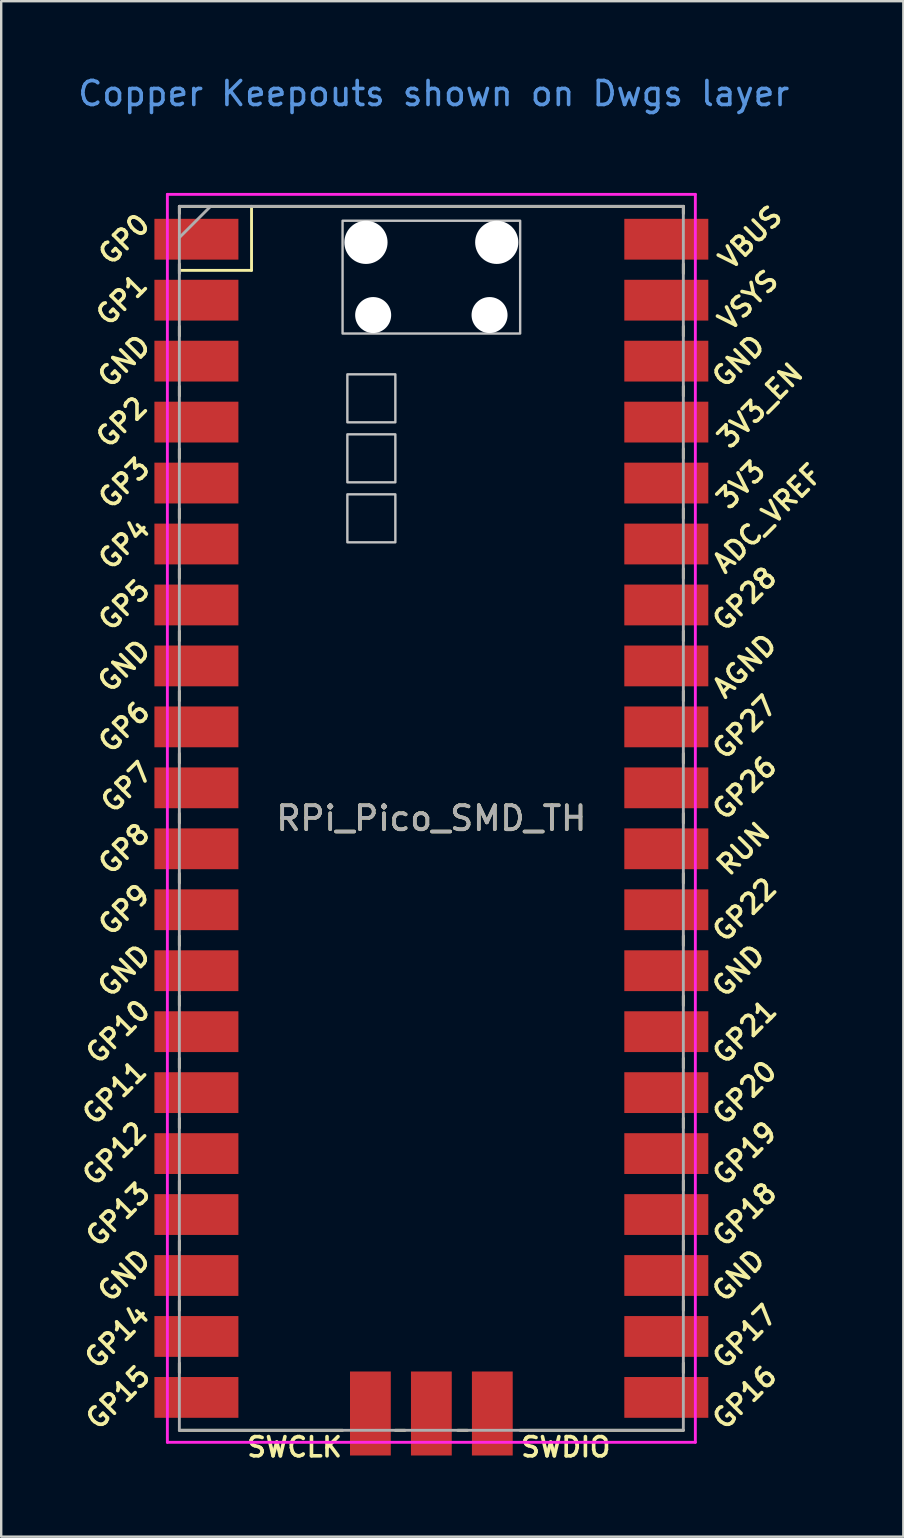
<source format=kicad_pcb>
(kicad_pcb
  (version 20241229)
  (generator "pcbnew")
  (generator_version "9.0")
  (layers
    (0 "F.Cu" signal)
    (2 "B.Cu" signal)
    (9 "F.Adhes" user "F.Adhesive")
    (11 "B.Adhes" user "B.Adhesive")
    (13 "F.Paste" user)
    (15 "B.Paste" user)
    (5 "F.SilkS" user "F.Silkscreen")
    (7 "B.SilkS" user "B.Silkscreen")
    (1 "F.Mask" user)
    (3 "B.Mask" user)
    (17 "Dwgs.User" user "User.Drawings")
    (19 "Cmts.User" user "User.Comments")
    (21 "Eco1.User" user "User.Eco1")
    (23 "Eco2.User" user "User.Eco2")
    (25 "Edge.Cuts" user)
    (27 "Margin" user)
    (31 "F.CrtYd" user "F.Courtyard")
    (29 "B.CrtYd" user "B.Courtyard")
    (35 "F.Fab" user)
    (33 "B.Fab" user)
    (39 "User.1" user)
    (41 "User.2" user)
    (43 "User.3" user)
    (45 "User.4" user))
  (footprint "RPi_Pico_SMD_TH"
    (layer "F.Cu")
    (at 14.924 31.048)
    (property "Reference" "RPi_Pico_SMD_TH" (at 0 0 0) (layer "F.SilkS") (effects (font (size 1 1) (thickness 0.15))))
    (attr through_hole)
    (fp_line (start -10.5 -25.5) (end -10.5 -25.2) (stroke (width 0.12) (type solid)) (layer "F.SilkS"))
    (fp_line (start -10.5 -25.5) (end 10.5 -25.5) (stroke (width 0.12) (type solid)) (layer "F.SilkS"))
    (fp_line (start -10.5 -23.1) (end -10.5 -22.7) (stroke (width 0.12) (type solid)) (layer "F.SilkS"))
    (fp_line (start -10.5 -22.833) (end -7.493 -22.833) (stroke (width 0.12) (type solid)) (layer "F.SilkS"))
    (fp_line (start -10.5 -20.5) (end -10.5 -20.1) (stroke (width 0.12) (type solid)) (layer "F.SilkS"))
    (fp_line (start -10.5 -18) (end -10.5 -17.6) (stroke (width 0.12) (type solid)) (layer "F.SilkS"))
    (fp_line (start -10.5 -15.4) (end -10.5 -15) (stroke (width 0.12) (type solid)) (layer "F.SilkS"))
    (fp_line (start -10.5 -12.9) (end -10.5 -12.5) (stroke (width 0.12) (type solid)) (layer "F.SilkS"))
    (fp_line (start -10.5 -10.4) (end -10.5 -10) (stroke (width 0.12) (type solid)) (layer "F.SilkS"))
    (fp_line (start -10.5 -7.8) (end -10.5 -7.4) (stroke (width 0.12) (type solid)) (layer "F.SilkS"))
    (fp_line (start -10.5 -5.3) (end -10.5 -4.9) (stroke (width 0.12) (type solid)) (layer "F.SilkS"))
    (fp_line (start -10.5 -2.7) (end -10.5 -2.3) (stroke (width 0.12) (type solid)) (layer "F.SilkS"))
    (fp_line (start -10.5 -0.2) (end -10.5 0.2) (stroke (width 0.12) (type solid)) (layer "F.SilkS"))
    (fp_line (start -10.5 2.3) (end -10.5 2.7) (stroke (width 0.12) (type solid)) (layer "F.SilkS"))
    (fp_line (start -10.5 4.9) (end -10.5 5.3) (stroke (width 0.12) (type solid)) (layer "F.SilkS"))
    (fp_line (start -10.5 7.4) (end -10.5 7.8) (stroke (width 0.12) (type solid)) (layer "F.SilkS"))
    (fp_line (start -10.5 10) (end -10.5 10.4) (stroke (width 0.12) (type solid)) (layer "F.SilkS"))
    (fp_line (start -10.5 12.5) (end -10.5 12.9) (stroke (width 0.12) (type solid)) (layer "F.SilkS"))
    (fp_line (start -10.5 15.1) (end -10.5 15.5) (stroke (width 0.12) (type solid)) (layer "F.SilkS"))
    (fp_line (start -10.5 17.6) (end -10.5 18) (stroke (width 0.12) (type solid)) (layer "F.SilkS"))
    (fp_line (start -10.5 20.1) (end -10.5 20.5) (stroke (width 0.12) (type solid)) (layer "F.SilkS"))
    (fp_line (start -10.5 22.7) (end -10.5 23.1) (stroke (width 0.12) (type solid)) (layer "F.SilkS"))
    (fp_line (start -7.493 -22.833) (end -7.493 -25.5) (stroke (width 0.12) (type solid)) (layer "F.SilkS"))
    (fp_line (start -3.7 25.5) (end -10.5 25.5) (stroke (width 0.12) (type solid)) (layer "F.SilkS"))
    (fp_line (start -1.5 25.5) (end -1.1 25.5) (stroke (width 0.12) (type solid)) (layer "F.SilkS"))
    (fp_line (start 1.1 25.5) (end 1.5 25.5) (stroke (width 0.12) (type solid)) (layer "F.SilkS"))
    (fp_line (start 10.5 -25.5) (end 10.5 -25.2) (stroke (width 0.12) (type solid)) (layer "F.SilkS"))
    (fp_line (start 10.5 -23.1) (end 10.5 -22.7) (stroke (width 0.12) (type solid)) (layer "F.SilkS"))
    (fp_line (start 10.5 -20.5) (end 10.5 -20.1) (stroke (width 0.12) (type solid)) (layer "F.SilkS"))
    (fp_line (start 10.5 -18) (end 10.5 -17.6) (stroke (width 0.12) (type solid)) (layer "F.SilkS"))
    (fp_line (start 10.5 -15.4) (end 10.5 -15) (stroke (width 0.12) (type solid)) (layer "F.SilkS"))
    (fp_line (start 10.5 -12.9) (end 10.5 -12.5) (stroke (width 0.12) (type solid)) (layer "F.SilkS"))
    (fp_line (start 10.5 -10.4) (end 10.5 -10) (stroke (width 0.12) (type solid)) (layer "F.SilkS"))
    (fp_line (start 10.5 -7.8) (end 10.5 -7.4) (stroke (width 0.12) (type solid)) (layer "F.SilkS"))
    (fp_line (start 10.5 -5.3) (end 10.5 -4.9) (stroke (width 0.12) (type solid)) (layer "F.SilkS"))
    (fp_line (start 10.5 -2.7) (end 10.5 -2.3) (stroke (width 0.12) (type solid)) (layer "F.SilkS"))
    (fp_line (start 10.5 -0.2) (end 10.5 0.2) (stroke (width 0.12) (type solid)) (layer "F.SilkS"))
    (fp_line (start 10.5 2.3) (end 10.5 2.7) (stroke (width 0.12) (type solid)) (layer "F.SilkS"))
    (fp_line (start 10.5 4.9) (end 10.5 5.3) (stroke (width 0.12) (type solid)) (layer "F.SilkS"))
    (fp_line (start 10.5 7.4) (end 10.5 7.8) (stroke (width 0.12) (type solid)) (layer "F.SilkS"))
    (fp_line (start 10.5 10) (end 10.5 10.4) (stroke (width 0.12) (type solid)) (layer "F.SilkS"))
    (fp_line (start 10.5 12.5) (end 10.5 12.9) (stroke (width 0.12) (type solid)) (layer "F.SilkS"))
    (fp_line (start 10.5 15.1) (end 10.5 15.5) (stroke (width 0.12) (type solid)) (layer "F.SilkS"))
    (fp_line (start 10.5 17.6) (end 10.5 18) (stroke (width 0.12) (type solid)) (layer "F.SilkS"))
    (fp_line (start 10.5 20.1) (end 10.5 20.5) (stroke (width 0.12) (type solid)) (layer "F.SilkS"))
    (fp_line (start 10.5 22.7) (end 10.5 23.1) (stroke (width 0.12) (type solid)) (layer "F.SilkS"))
    (fp_line (start 10.5 25.5) (end 3.7 25.5) (stroke (width 0.12) (type solid)) (layer "F.SilkS"))
    (fp_poly (pts (xy -1.5 -16.5) (xy -3.5 -16.5) (xy -3.5 -18.5) (xy -1.5 -18.5)) (stroke (width 0.1) (type solid)) (fill no) (layer "Dwgs.User"))
    (fp_poly (pts (xy -1.5 -14) (xy -3.5 -14) (xy -3.5 -16) (xy -1.5 -16)) (stroke (width 0.1) (type solid)) (fill no) (layer "Dwgs.User"))
    (fp_poly (pts (xy -1.5 -11.5) (xy -3.5 -11.5) (xy -3.5 -13.5) (xy -1.5 -13.5)) (stroke (width 0.1) (type solid)) (fill no) (layer "Dwgs.User"))
    (fp_poly (pts (xy 3.7 -20.2) (xy -3.7 -20.2) (xy -3.7 -24.9) (xy 3.7 -24.9)) (stroke (width 0.1) (type solid)) (fill no) (layer "Dwgs.User"))
    (fp_line (start -11 -26) (end 11 -26) (stroke (width 0.12) (type solid)) (layer "F.CrtYd"))
    (fp_line (start -11 26) (end -11 -26) (stroke (width 0.12) (type solid)) (layer "F.CrtYd"))
    (fp_line (start 11 -26) (end 11 26) (stroke (width 0.12) (type solid)) (layer "F.CrtYd"))
    (fp_line (start 11 26) (end -11 26) (stroke (width 0.12) (type solid)) (layer "F.CrtYd"))
    (fp_line (start -10.5 -25.5) (end 10.5 -25.5) (stroke (width 0.12) (type solid)) (layer "F.Fab"))
    (fp_line (start -10.5 -24.2) (end -9.2 -25.5) (stroke (width 0.12) (type solid)) (layer "F.Fab"))
    (fp_line (start -10.5 25.5) (end -10.5 -25.5) (stroke (width 0.12) (type solid)) (layer "F.Fab"))
    (fp_line (start 10.5 -25.5) (end 10.5 25.5) (stroke (width 0.12) (type solid)) (layer "F.Fab"))
    (fp_line (start 10.5 25.5) (end -10.5 25.5) (stroke (width 0.12) (type solid)) (layer "F.Fab"))
    (fp_text user "GP22" (at 13.054 3.81 45) (layer "F.SilkS") (effects (font (size 0.8 0.8) (thickness 0.15))))
    (fp_text user "ADC_VREF" (at 14 -12.5 45) (layer "F.SilkS") (effects (font (size 0.8 0.8) (thickness 0.15))))
    (fp_text user "AGND" (at 13.054 -6.35 45) (layer "F.SilkS") (effects (font (size 0.8 0.8) (thickness 0.15))))
    (fp_text user "GND" (at 12.8 19.05 45) (layer "F.SilkS") (effects (font (size 0.8 0.8) (thickness 0.15))))
    (fp_text user "GP12" (at -13.2 13.97 45) (layer "F.SilkS") (effects (font (size 0.8 0.8) (thickness 0.15))))
    (fp_text user "GP15" (at -13.054 24.13 45) (layer "F.SilkS") (effects (font (size 0.8 0.8) (thickness 0.15))))
    (fp_text user "GP1" (at -12.9 -21.6 45) (layer "F.SilkS") (effects (font (size 0.8 0.8) (thickness 0.15))))
    (fp_text user "VBUS" (at 13.3 -24.2 45) (layer "F.SilkS") (effects (font (size 0.8 0.8) (thickness 0.15))))
    (fp_text user "GP4" (at -12.8 -11.43 45) (layer "F.SilkS") (effects (font (size 0.8 0.8) (thickness 0.15))))
    (fp_text user "GP17" (at 13.054 21.59 45) (layer "F.SilkS") (effects (font (size 0.8 0.8) (thickness 0.15))))
    (fp_text user "GND" (at -12.8 -19.05 45) (layer "F.SilkS") (effects (font (size 0.8 0.8) (thickness 0.15))))
    (fp_text user "GP19" (at 13.054 13.97 45) (layer "F.SilkS") (effects (font (size 0.8 0.8) (thickness 0.15))))
    (fp_text user "GP26" (at 13.054 -1.27 45) (layer "F.SilkS") (effects (font (size 0.8 0.8) (thickness 0.15))))
    (fp_text user "GND" (at -12.8 6.35 45) (layer "F.SilkS") (effects (font (size 0.8 0.8) (thickness 0.15))))
    (fp_text user "GP3" (at -12.8 -13.97 45) (layer "F.SilkS") (effects (font (size 0.8 0.8) (thickness 0.15))))
    (fp_text user "GP8" (at -12.8 1.27 45) (layer "F.SilkS") (effects (font (size 0.8 0.8) (thickness 0.15))))
    (fp_text user "GND" (at 12.8 6.35 45) (layer "F.SilkS") (effects (font (size 0.8 0.8) (thickness 0.15))))
    (fp_text user "GP2" (at -12.9 -16.51 45) (layer "F.SilkS") (effects (font (size 0.8 0.8) (thickness 0.15))))
    (fp_text user "GP16" (at 13.054 24.13 45) (layer "F.SilkS") (effects (font (size 0.8 0.8) (thickness 0.15))))
    (fp_text user "VSYS" (at 13.2 -21.59 45) (layer "F.SilkS") (effects (font (size 0.8 0.8) (thickness 0.15))))
    (fp_text user "GP14" (at -13.1 21.59 45) (layer "F.SilkS") (effects (font (size 0.8 0.8) (thickness 0.15))))
    (fp_text user "SWDIO" (at 5.6 26.2 0) (layer "F.SilkS") (effects (font (size 0.8 0.8) (thickness 0.15))))
    (fp_text user "GP7" (at -12.7 -1.3 45) (layer "F.SilkS") (effects (font (size 0.8 0.8) (thickness 0.15))))
    (fp_text user "SWCLK" (at -5.7 26.2 0) (layer "F.SilkS") (effects (font (size 0.8 0.8) (thickness 0.15))))
    (fp_text user "GP0" (at -12.8 -24.13 45) (layer "F.SilkS") (effects (font (size 0.8 0.8) (thickness 0.15))))
    (fp_text user "GND" (at -12.8 19.05 45) (layer "F.SilkS") (effects (font (size 0.8 0.8) (thickness 0.15))))
    (fp_text user "GP18" (at 13.054 16.51 45) (layer "F.SilkS") (effects (font (size 0.8 0.8) (thickness 0.15))))
    (fp_text user "GP6" (at -12.8 -3.81 45) (layer "F.SilkS") (effects (font (size 0.8 0.8) (thickness 0.15))))
    (fp_text user "GP5" (at -12.8 -8.89 45) (layer "F.SilkS") (effects (font (size 0.8 0.8) (thickness 0.15))))
    (fp_text user "GP28" (at 13.054 -9.144 45) (layer "F.SilkS") (effects (font (size 0.8 0.8) (thickness 0.15))))
    (fp_text user "GP10" (at -13.054 8.89 45) (layer "F.SilkS") (effects (font (size 0.8 0.8) (thickness 0.15))))
    (fp_text user "3V3_EN" (at 13.7 -17.2 45) (layer "F.SilkS") (effects (font (size 0.8 0.8) (thickness 0.15))))
    (fp_text user "GP27" (at 13.054 -3.8 45) (layer "F.SilkS") (effects (font (size 0.8 0.8) (thickness 0.15))))
    (fp_text user "GND" (at -12.8 -6.35 45) (layer "F.SilkS") (effects (font (size 0.8 0.8) (thickness 0.15))))
    (fp_text user "GP20" (at 13.054 11.43 45) (layer "F.SilkS") (effects (font (size 0.8 0.8) (thickness 0.15))))
    (fp_text user "GP21" (at 13.054 8.9 45) (layer "F.SilkS") (effects (font (size 0.8 0.8) (thickness 0.15))))
    (fp_text user "GP9" (at -12.8 3.81 45) (layer "F.SilkS") (effects (font (size 0.8 0.8) (thickness 0.15))))
    (fp_text user "RUN" (at 13 1.27 45) (layer "F.SilkS") (effects (font (size 0.8 0.8) (thickness 0.15))))
    (fp_text user "GP13" (at -13.054 16.51 45) (layer "F.SilkS") (effects (font (size 0.8 0.8) (thickness 0.15))))
    (fp_text user "GND" (at 12.8 -19.05 45) (layer "F.SilkS") (effects (font (size 0.8 0.8) (thickness 0.15))))
    (fp_text user "GP11" (at -13.2 11.43 45) (layer "F.SilkS") (effects (font (size 0.8 0.8) (thickness 0.15))))
    (fp_text user "3V3" (at 12.9 -13.9 45) (layer "F.SilkS") (effects (font (size 0.8 0.8) (thickness 0.15))))
    (fp_text user "Copper Keepouts shown on Dwgs layer" (at 0.1 -30.2 0) (layer "Cmts.User") (effects (font (size 1 1) (thickness 0.15))))
    (fp_text user "${REFERENCE}" (at 0 0 180) (layer "F.Fab") (effects (font (size 1 1) (thickness 0.15))))
    (pad "" np_thru_hole oval (at -2.725 -24) (size 1.8 1.8) (drill 1.8) (layers "*.Cu" "*.Mask"))
    (pad "" np_thru_hole oval (at -2.425 -20.97) (size 1.5 1.5) (drill 1.5) (layers "*.Cu" "*.Mask"))
    (pad "" np_thru_hole oval (at 2.425 -20.97) (size 1.5 1.5) (drill 1.5) (layers "*.Cu" "*.Mask"))
    (pad "" np_thru_hole oval (at 2.725 -24) (size 1.8 1.8) (drill 1.8) (layers "*.Cu" "*.Mask"))
    (pad "1" smd rect (at -8.89 -24.13) (size 3.5 1.7) (drill (offset -0.9 0)) (layers "F.Cu" "F.Mask"))
    (pad "2" smd rect (at -8.89 -21.59) (size 3.5 1.7) (drill (offset -0.9 0)) (layers "F.Cu" "F.Mask"))
    (pad "3" smd rect (at -8.89 -19.05) (size 3.5 1.7) (drill (offset -0.9 0)) (layers "F.Cu" "F.Mask"))
    (pad "4" smd rect (at -8.89 -16.51) (size 3.5 1.7) (drill (offset -0.9 0)) (layers "F.Cu" "F.Mask"))
    (pad "5" smd rect (at -8.89 -13.97) (size 3.5 1.7) (drill (offset -0.9 0)) (layers "F.Cu" "F.Mask"))
    (pad "6" smd rect (at -8.89 -11.43) (size 3.5 1.7) (drill (offset -0.9 0)) (layers "F.Cu" "F.Mask"))
    (pad "7" smd rect (at -8.89 -8.89) (size 3.5 1.7) (drill (offset -0.9 0)) (layers "F.Cu" "F.Mask"))
    (pad "8" smd rect (at -8.89 -6.35) (size 3.5 1.7) (drill (offset -0.9 0)) (layers "F.Cu" "F.Mask"))
    (pad "9" smd rect (at -8.89 -3.81) (size 3.5 1.7) (drill (offset -0.9 0)) (layers "F.Cu" "F.Mask"))
    (pad "10" smd rect (at -8.89 -1.27) (size 3.5 1.7) (drill (offset -0.9 0)) (layers "F.Cu" "F.Mask"))
    (pad "11" smd rect (at -8.89 1.27) (size 3.5 1.7) (drill (offset -0.9 0)) (layers "F.Cu" "F.Mask"))
    (pad "12" smd rect (at -8.89 3.81) (size 3.5 1.7) (drill (offset -0.9 0)) (layers "F.Cu" "F.Mask"))
    (pad "13" smd rect (at -8.89 6.35) (size 3.5 1.7) (drill (offset -0.9 0)) (layers "F.Cu" "F.Mask"))
    (pad "14" smd rect (at -8.89 8.89) (size 3.5 1.7) (drill (offset -0.9 0)) (layers "F.Cu" "F.Mask"))
    (pad "15" smd rect (at -8.89 11.43) (size 3.5 1.7) (drill (offset -0.9 0)) (layers "F.Cu" "F.Mask"))
    (pad "16" smd rect (at -8.89 13.97) (size 3.5 1.7) (drill (offset -0.9 0)) (layers "F.Cu" "F.Mask"))
    (pad "17" smd rect (at -8.89 16.51) (size 3.5 1.7) (drill (offset -0.9 0)) (layers "F.Cu" "F.Mask"))
    (pad "18" smd rect (at -8.89 19.05) (size 3.5 1.7) (drill (offset -0.9 0)) (layers "F.Cu" "F.Mask"))
    (pad "19" smd rect (at -8.89 21.59) (size 3.5 1.7) (drill (offset -0.9 0)) (layers "F.Cu" "F.Mask"))
    (pad "20" smd rect (at -8.89 24.13) (size 3.5 1.7) (drill (offset -0.9 0)) (layers "F.Cu" "F.Mask"))
    (pad "21" smd rect (at 8.89 24.13) (size 3.5 1.7) (drill (offset 0.9 0)) (layers "F.Cu" "F.Mask"))
    (pad "22" smd rect (at 8.89 21.59) (size 3.5 1.7) (drill (offset 0.9 0)) (layers "F.Cu" "F.Mask"))
    (pad "23" smd rect (at 8.89 19.05) (size 3.5 1.7) (drill (offset 0.9 0)) (layers "F.Cu" "F.Mask"))
    (pad "24" smd rect (at 8.89 16.51) (size 3.5 1.7) (drill (offset 0.9 0)) (layers "F.Cu" "F.Mask"))
    (pad "25" smd rect (at 8.89 13.97) (size 3.5 1.7) (drill (offset 0.9 0)) (layers "F.Cu" "F.Mask"))
    (pad "26" smd rect (at 8.89 11.43) (size 3.5 1.7) (drill (offset 0.9 0)) (layers "F.Cu" "F.Mask"))
    (pad "27" smd rect (at 8.89 8.89) (size 3.5 1.7) (drill (offset 0.9 0)) (layers "F.Cu" "F.Mask"))
    (pad "28" smd rect (at 8.89 6.35) (size 3.5 1.7) (drill (offset 0.9 0)) (layers "F.Cu" "F.Mask"))
    (pad "29" smd rect (at 8.89 3.81) (size 3.5 1.7) (drill (offset 0.9 0)) (layers "F.Cu" "F.Mask"))
    (pad "30" smd rect (at 8.89 1.27) (size 3.5 1.7) (drill (offset 0.9 0)) (layers "F.Cu" "F.Mask"))
    (pad "31" smd rect (at 8.89 -1.27) (size 3.5 1.7) (drill (offset 0.9 0)) (layers "F.Cu" "F.Mask"))
    (pad "32" smd rect (at 8.89 -3.81) (size 3.5 1.7) (drill (offset 0.9 0)) (layers "F.Cu" "F.Mask"))
    (pad "33" smd rect (at 8.89 -6.35) (size 3.5 1.7) (drill (offset 0.9 0)) (layers "F.Cu" "F.Mask"))
    (pad "34" smd rect (at 8.89 -8.89) (size 3.5 1.7) (drill (offset 0.9 0)) (layers "F.Cu" "F.Mask"))
    (pad "35" smd rect (at 8.89 -11.43) (size 3.5 1.7) (drill (offset 0.9 0)) (layers "F.Cu" "F.Mask"))
    (pad "36" smd rect (at 8.89 -13.97) (size 3.5 1.7) (drill (offset 0.9 0)) (layers "F.Cu" "F.Mask"))
    (pad "37" smd rect (at 8.89 -16.51) (size 3.5 1.7) (drill (offset 0.9 0)) (layers "F.Cu" "F.Mask"))
    (pad "38" smd rect (at 8.89 -19.05) (size 3.5 1.7) (drill (offset 0.9 0)) (layers "F.Cu" "F.Mask"))
    (pad "39" smd rect (at 8.89 -21.59) (size 3.5 1.7) (drill (offset 0.9 0)) (layers "F.Cu" "F.Mask"))
    (pad "40" smd rect (at 8.89 -24.13) (size 3.5 1.7) (drill (offset 0.9 0)) (layers "F.Cu" "F.Mask"))
    (pad "41" smd rect (at -2.54 23.9 90) (size 3.5 1.7) (drill (offset -0.9 0)) (layers "F.Cu" "F.Mask"))
    (pad "42" smd rect (at 0 23.9 90) (size 3.5 1.7) (drill (offset -0.9 0)) (layers "F.Cu" "F.Mask"))
    (pad "43" smd rect (at 2.54 23.9 90) (size 3.5 1.7) (drill (offset -0.9 0)) (layers "F.Cu" "F.Mask")))
  (gr_rect
    (start -3 -3)
    (end 34.591 60.98)
    (stroke (width 0.1) (type default))
    (fill no)
    (layer "Edge.Cuts")))
</source>
